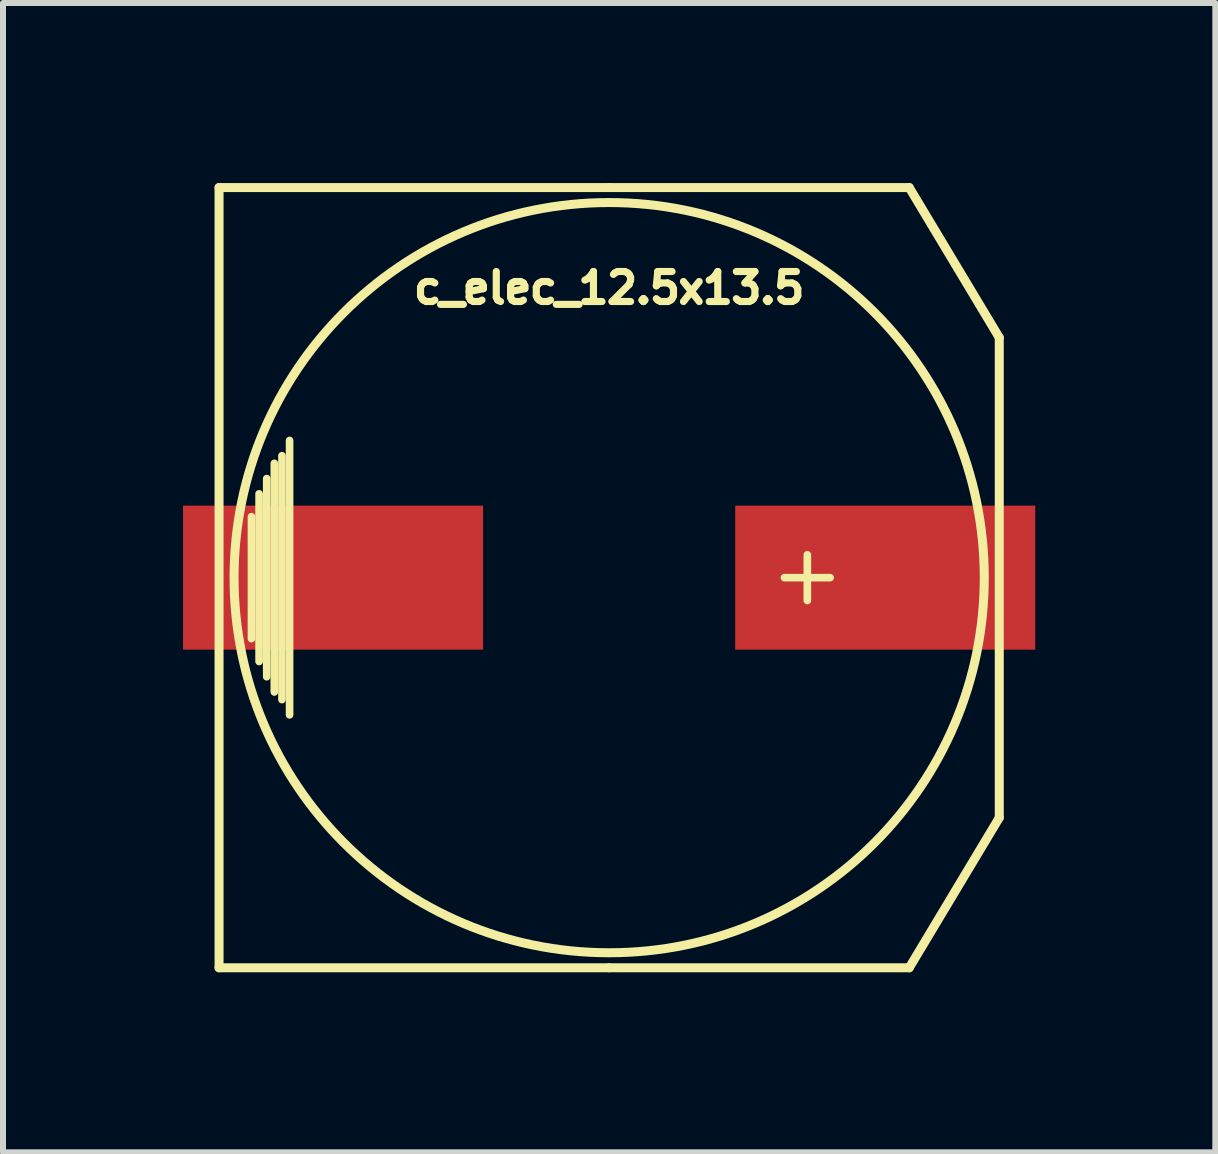
<source format=kicad_pcb>
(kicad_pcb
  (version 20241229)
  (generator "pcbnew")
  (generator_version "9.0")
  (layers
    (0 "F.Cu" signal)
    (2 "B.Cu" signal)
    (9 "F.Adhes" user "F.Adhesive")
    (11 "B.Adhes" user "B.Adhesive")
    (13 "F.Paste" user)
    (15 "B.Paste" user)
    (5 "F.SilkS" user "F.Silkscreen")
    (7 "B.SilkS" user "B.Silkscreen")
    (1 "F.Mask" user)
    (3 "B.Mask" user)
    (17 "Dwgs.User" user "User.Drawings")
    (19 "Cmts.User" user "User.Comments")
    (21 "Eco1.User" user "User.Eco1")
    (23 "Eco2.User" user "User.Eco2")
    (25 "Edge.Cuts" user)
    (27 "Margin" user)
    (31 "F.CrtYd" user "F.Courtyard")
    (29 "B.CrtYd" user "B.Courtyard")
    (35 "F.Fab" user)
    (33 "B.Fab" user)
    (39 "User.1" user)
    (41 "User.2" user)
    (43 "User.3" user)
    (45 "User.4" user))
  (footprint "c_elec_12.5x13.5"
    (layer "F.Cu")
    (at 7.1 6.575)
    (property "Reference" "c_elec_12.5x13.5" (at 0 -4.826 0) (layer "F.SilkS") (effects (font (size 0.5 0.5) (thickness 0.119))))
    (attr through_hole)
    (fp_line (start -6.5 -6.5) (end -6.5 6.5) (stroke (width 0.15) (type solid)) (layer "F.SilkS"))
    (fp_line (start -6.5 6.5) (end 0 6.5) (stroke (width 0.15) (type solid)) (layer "F.SilkS"))
    (fp_line (start -5.96 -1.016) (end -5.96 1.016) (stroke (width 0.127) (type solid)) (layer "F.SilkS"))
    (fp_line (start -5.833 1.397) (end -5.833 -1.397) (stroke (width 0.127) (type solid)) (layer "F.SilkS"))
    (fp_line (start -5.706 -1.651) (end -5.706 1.651) (stroke (width 0.127) (type solid)) (layer "F.SilkS"))
    (fp_line (start -5.579 1.905) (end -5.579 -1.905) (stroke (width 0.127) (type solid)) (layer "F.SilkS"))
    (fp_line (start -5.452 2.032) (end -5.452 -2.032) (stroke (width 0.127) (type solid)) (layer "F.SilkS"))
    (fp_line (start -5.325 -2.286) (end -5.325 2.286) (stroke (width 0.127) (type solid)) (layer "F.SilkS"))
    (fp_line (start 0 -6.5) (end -6.5 -6.5) (stroke (width 0.15) (type solid)) (layer "F.SilkS"))
    (fp_line (start 0 6.5) (end 5 6.5) (stroke (width 0.15) (type solid)) (layer "F.SilkS"))
    (fp_line (start 3.302 -0.381) (end 3.302 0.381) (stroke (width 0.127) (type solid)) (layer "F.SilkS"))
    (fp_line (start 3.683 0) (end 2.921 0) (stroke (width 0.127) (type solid)) (layer "F.SilkS"))
    (fp_line (start 5 -6.5) (end 0 -6.5) (stroke (width 0.15) (type solid)) (layer "F.SilkS"))
    (fp_line (start 6.5 -4) (end 5 -6.5) (stroke (width 0.15) (type solid)) (layer "F.SilkS"))
    (fp_line (start 6.5 4) (end 5 6.5) (stroke (width 0.15) (type solid)) (layer "F.SilkS"))
    (fp_line (start 6.5 4) (end 6.5 -4) (stroke (width 0.15) (type solid)) (layer "F.SilkS"))
    (fp_circle (center 0 0) (end 6.25 0) (stroke (width 0.15) (type solid)) (fill no) (layer "F.SilkS"))
    (pad "1" smd rect (at 4.6 0) (size 5 2.4) (layers "F.Cu" "F.Mask" "F.Paste"))
    (pad "2" smd rect (at -4.6 0) (size 5 2.4) (layers "F.Cu" "F.Mask" "F.Paste")))
  (gr_rect
    (start -3 -3)
    (end 17.2 16.15)
    (stroke (width 0.1) (type default))
    (fill no)
    (layer "Edge.Cuts")))
</source>
